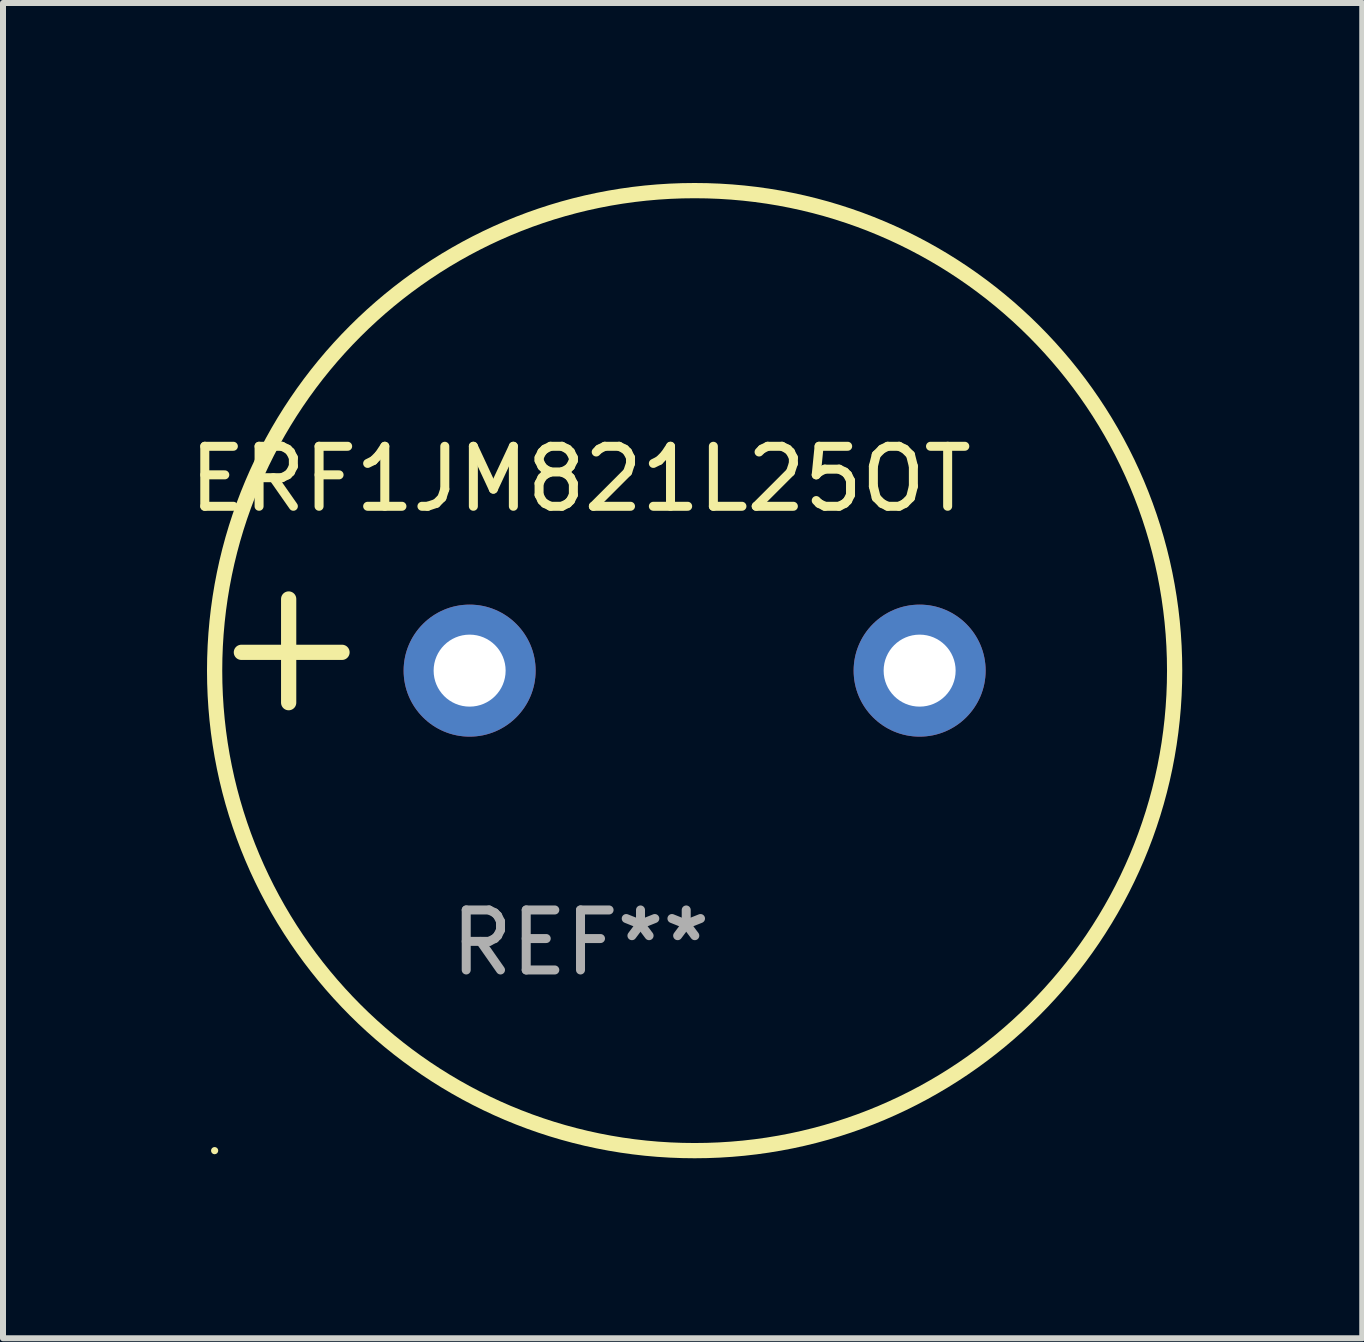
<source format=kicad_pcb>
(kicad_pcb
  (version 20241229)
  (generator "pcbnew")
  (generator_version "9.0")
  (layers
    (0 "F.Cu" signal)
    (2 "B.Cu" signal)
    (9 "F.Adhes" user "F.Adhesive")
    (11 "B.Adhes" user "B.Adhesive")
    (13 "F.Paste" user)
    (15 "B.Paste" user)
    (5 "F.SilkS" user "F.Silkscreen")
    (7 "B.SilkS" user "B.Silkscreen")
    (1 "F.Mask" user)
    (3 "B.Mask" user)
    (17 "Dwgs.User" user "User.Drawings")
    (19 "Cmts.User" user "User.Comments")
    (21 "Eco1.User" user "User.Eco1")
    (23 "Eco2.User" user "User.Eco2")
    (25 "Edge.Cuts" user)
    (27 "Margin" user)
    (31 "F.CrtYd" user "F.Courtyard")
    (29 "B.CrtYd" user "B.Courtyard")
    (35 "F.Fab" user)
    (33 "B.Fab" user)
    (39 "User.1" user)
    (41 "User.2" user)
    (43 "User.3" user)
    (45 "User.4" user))
  (footprint "ERF1JM821L25OT"
    (layer "F.Cu")
    (at 6.625 7.797)
    (property "Reference" "ERF1JM821L25OT" (at 0 -2.864 0) (layer "F.SilkS") (effects (font (size 1 1) (thickness 0.15))))
    (attr through_hole)
    (fp_line (start -4.864 0.864) (end -4.864 -0.864) (stroke (width 0.254) (type solid)) (layer "F.SilkS"))
    (fp_line (start -3.975 0.025) (end -5.652 0.025) (stroke (width 0.254) (type solid)) (layer "F.SilkS"))
    (fp_circle (center -6.098 8.33) (end -6.068 8.33) (stroke (width 0.06) (type solid)) (fill no) (layer "F.SilkS"))
    (fp_circle (center 1.902 0.33) (end 9.902 0.33) (stroke (width 0.254) (type solid)) (fill no) (layer "F.SilkS"))
    (fp_text user "REF**" (at 0 4.864 0) (layer "F.Fab") (effects (font (size 1 1) (thickness 0.15))))
    (pad "1" thru_hole circle (at -1.848 0.33) (size 2.2 2.2) (drill 1.2) (layers "*.Cu" "*.Mask"))
    (pad "2" thru_hole circle (at 5.652 0.33) (size 2.2 2.2) (drill 1.2) (layers "*.Cu" "*.Mask")))
  (gr_rect
    (start -3 -3)
    (end 19.654 19.254)
    (stroke (width 0.1) (type default))
    (fill no)
    (layer "Edge.Cuts")))
</source>
